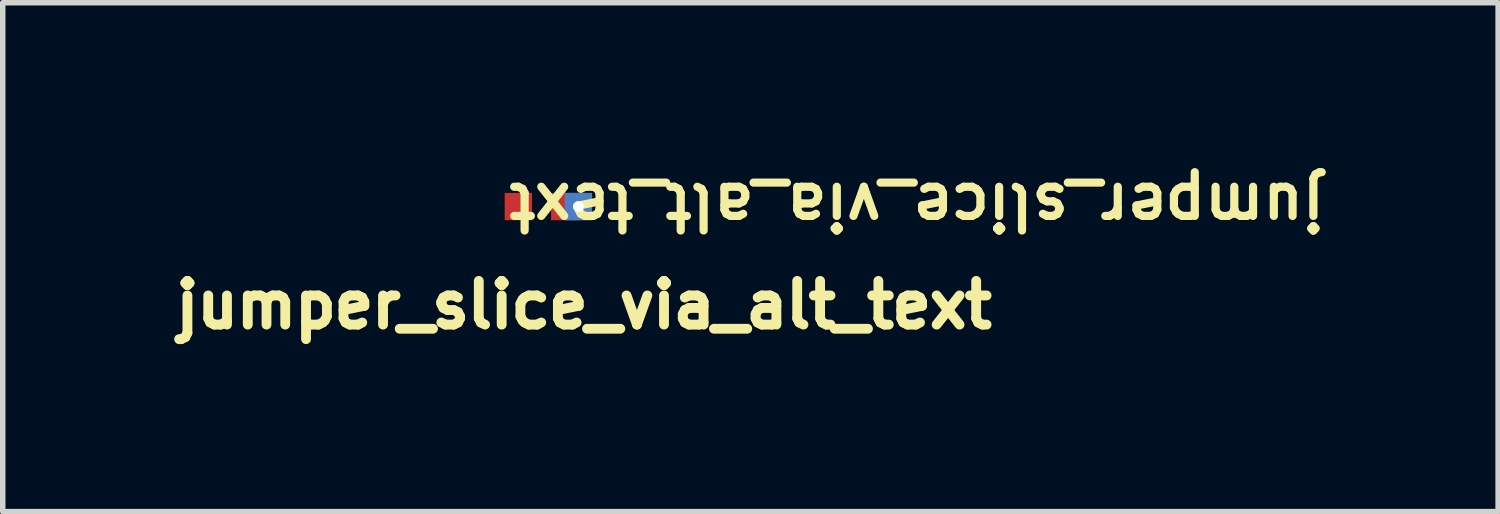
<source format=kicad_pcb>
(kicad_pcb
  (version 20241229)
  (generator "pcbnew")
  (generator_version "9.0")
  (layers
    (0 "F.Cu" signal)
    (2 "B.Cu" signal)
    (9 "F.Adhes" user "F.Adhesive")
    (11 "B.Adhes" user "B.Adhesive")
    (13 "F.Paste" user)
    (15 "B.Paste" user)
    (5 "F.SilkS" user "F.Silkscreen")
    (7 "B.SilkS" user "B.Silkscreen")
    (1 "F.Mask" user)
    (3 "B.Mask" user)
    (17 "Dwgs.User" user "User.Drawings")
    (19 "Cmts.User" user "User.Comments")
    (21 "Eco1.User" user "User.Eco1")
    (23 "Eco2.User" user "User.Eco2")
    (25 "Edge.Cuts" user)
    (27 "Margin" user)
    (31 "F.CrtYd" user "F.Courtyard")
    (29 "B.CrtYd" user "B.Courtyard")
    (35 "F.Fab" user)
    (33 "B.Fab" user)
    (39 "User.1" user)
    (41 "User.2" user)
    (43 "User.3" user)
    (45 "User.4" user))
  (footprint "jumper_slice_via_alt_text"
    (layer "F.Cu")
    (at 7.038 0.731)
    (property "Reference" "jumper_slice_via_alt_text" (at 0.6 1.8 0) (layer "F.SilkS") (effects (font (size 0.8 0.8) (thickness 0.18))))
    (attr through_hole exclude_from_bom dnp allow_soldermask_bridges)
    (fp_rect (start -0.35 -0.25) (end 0.525 0.25) (stroke (width 0) (type solid)) (fill yes) (layer "F.Mask"))
    (fp_text user "${Reference}" (at -0.85 0 180) (unlocked yes) (layer "F.SilkS") (effects (font (size 0.8 0.8) (thickness 0.15) (bold yes)) (justify right)))
    (pad "1" smd rect (at -0.6 0 180) (size 0.5 0.5) (layers "F.Cu" "F.Mask"))
    (pad "2" smd rect (at 0.25 0 180) (size 0.5 0.5) (layers "F.Cu" "F.Mask"))
    (pad "2" thru_hole rect (at 0.5 0 180) (size 0.5 0.5) (drill 0.2) (layers "*.Cu")))
  (gr_rect
    (start -3 -3)
    (end 24.373 6.315)
    (stroke (width 0.1) (type default))
    (fill no)
    (layer "Edge.Cuts")))
</source>
